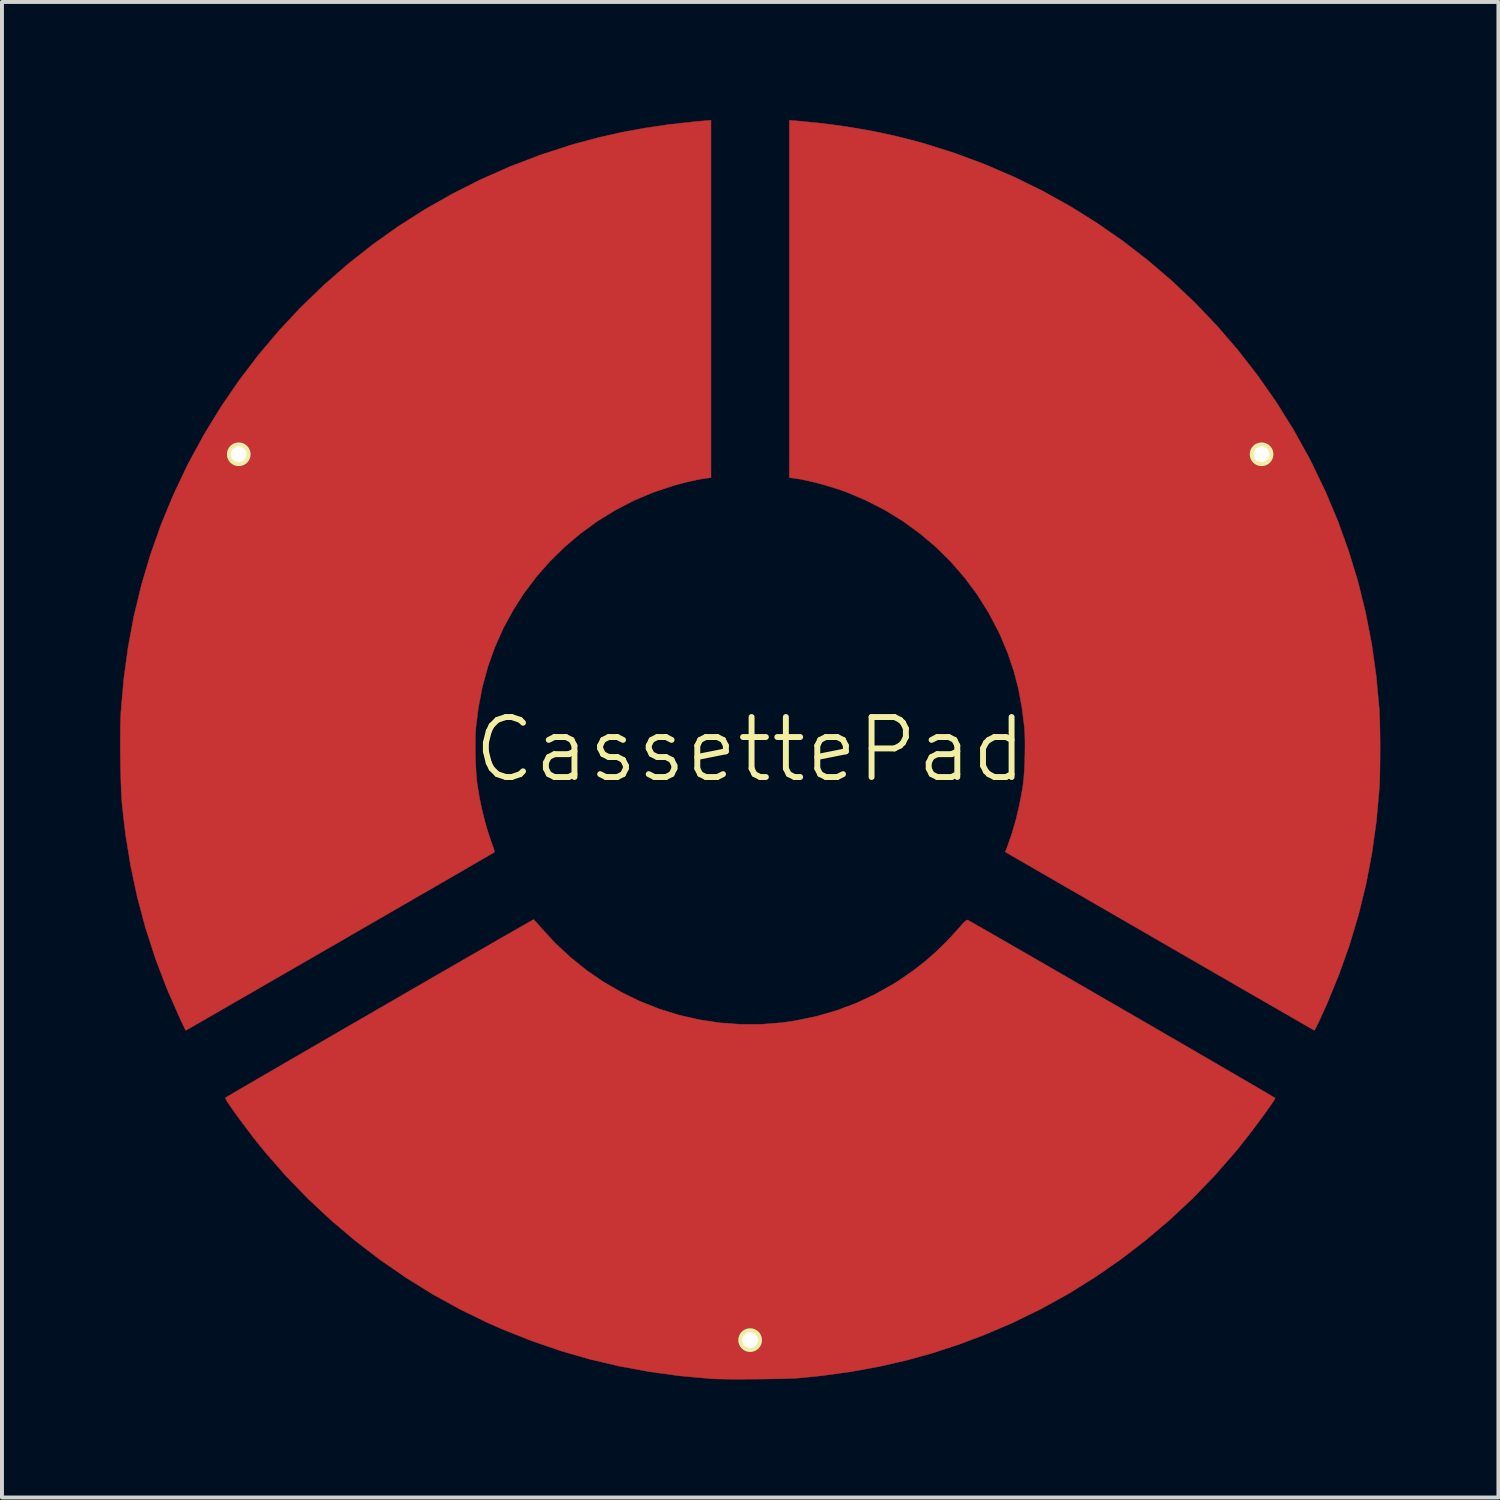
<source format=kicad_pcb>
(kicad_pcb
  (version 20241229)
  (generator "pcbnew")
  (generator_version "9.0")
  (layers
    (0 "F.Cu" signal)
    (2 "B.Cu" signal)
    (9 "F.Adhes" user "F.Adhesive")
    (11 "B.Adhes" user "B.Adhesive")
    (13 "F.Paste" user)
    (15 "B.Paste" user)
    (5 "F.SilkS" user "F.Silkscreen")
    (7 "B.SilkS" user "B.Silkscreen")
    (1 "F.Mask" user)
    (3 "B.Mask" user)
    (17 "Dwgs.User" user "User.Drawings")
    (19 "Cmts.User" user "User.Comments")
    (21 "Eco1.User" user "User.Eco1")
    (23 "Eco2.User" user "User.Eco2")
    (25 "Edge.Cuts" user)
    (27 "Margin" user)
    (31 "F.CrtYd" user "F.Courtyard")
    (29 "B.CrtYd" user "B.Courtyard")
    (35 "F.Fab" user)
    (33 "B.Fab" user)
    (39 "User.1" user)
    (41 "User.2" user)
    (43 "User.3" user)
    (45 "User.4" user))
  (footprint "CassettePad"
    (layer "F.Cu")
    (at 16.004 15.989)
    (property "Reference" "CassettePad" (at 0 0 0) (layer "F.SilkS") (effects (font (size 1.524 1.524) (thickness 0.15))))
    (attr through_hole)
    (fp_poly (pts (xy 1.159 -15.971) (xy 1.816 -15.906) (xy 2.442 -15.823) (xy 3.044 -15.721) (xy 3.629 -15.599) (xy 4.205 -15.454) (xy 4.403 -15.399) (xy 5.185 -15.153) (xy 5.95 -14.869) (xy 6.696 -14.548) (xy 7.423 -14.191) (xy 8.129 -13.799) (xy 8.813 -13.372) (xy 9.474 -12.912) (xy 10.111 -12.419) (xy 10.722 -11.895) (xy 11.306 -11.341) (xy 11.863 -10.757) (xy 12.39 -10.145) (xy 12.887 -9.506) (xy 13.353 -8.84) (xy 13.786 -8.149) (xy 14.185 -7.433) (xy 14.258 -7.292) (xy 14.613 -6.554) (xy 14.927 -5.806) (xy 15.201 -5.047) (xy 15.436 -4.276) (xy 15.63 -3.492) (xy 15.785 -2.694) (xy 15.9 -1.88) (xy 15.977 -1.05) (xy 15.98 -1.005) (xy 15.988 -0.866) (xy 15.993 -0.692) (xy 15.997 -0.493) (xy 16 -0.276) (xy 16.001 -0.049) (xy 16 0.179) (xy 15.998 0.401) (xy 15.995 0.608) (xy 15.99 0.792) (xy 15.983 0.945) (xy 15.98 0.998) (xy 15.906 1.821) (xy 15.794 2.625) (xy 15.644 3.415) (xy 15.454 4.191) (xy 15.225 4.958) (xy 14.955 5.718) (xy 14.645 6.473) (xy 14.487 6.821) (xy 14.438 6.926) (xy 14.394 7.015) (xy 14.36 7.083) (xy 14.337 7.123) (xy 14.331 7.132) (xy 14.311 7.121) (xy 14.257 7.09) (xy 14.17 7.04) (xy 14.051 6.972) (xy 13.902 6.886) (xy 13.725 6.784) (xy 13.521 6.667) (xy 13.293 6.535) (xy 13.041 6.39) (xy 12.768 6.233) (xy 12.475 6.064) (xy 12.164 5.884) (xy 11.836 5.695) (xy 11.494 5.497) (xy 11.138 5.292) (xy 10.771 5.08) (xy 10.4 4.865) (xy 6.48 2.601) (xy 6.534 2.459) (xy 6.649 2.131) (xy 6.752 1.775) (xy 6.84 1.403) (xy 6.91 1.03) (xy 6.933 0.878) (xy 6.949 0.734) (xy 6.962 0.558) (xy 6.972 0.361) (xy 6.978 0.153) (xy 6.981 -0.055) (xy 6.98 -0.251) (xy 6.975 -0.427) (xy 6.966 -0.563) (xy 6.904 -1.065) (xy 6.815 -1.541) (xy 6.696 -1.998) (xy 6.545 -2.443) (xy 6.361 -2.885) (xy 6.307 -3) (xy 6.055 -3.479) (xy 5.768 -3.935) (xy 5.449 -4.365) (xy 5.098 -4.769) (xy 4.719 -5.144) (xy 4.311 -5.489) (xy 3.878 -5.803) (xy 3.42 -6.085) (xy 2.939 -6.331) (xy 2.439 -6.542) (xy 2.258 -6.606) (xy 2.06 -6.669) (xy 1.852 -6.73) (xy 1.646 -6.785) (xy 1.449 -6.831) (xy 1.273 -6.868) (xy 1.125 -6.891) (xy 1.117 -6.892) (xy 0.995 -6.906) (xy 0.995 -15.984) (xy 1.159 -15.971)) (stroke (width 0.01) (type solid)) (fill yes) (layer "F.Cu"))
    (fp_poly (pts (xy -0.995 -6.906) (xy -1.117 -6.892) (xy -1.222 -6.876) (xy -1.358 -6.85) (xy -1.514 -6.816) (xy -1.68 -6.776) (xy -1.846 -6.733) (xy -1.968 -6.698) (xy -2.47 -6.53) (xy -2.957 -6.324) (xy -3.426 -6.081) (xy -3.877 -5.803) (xy -4.306 -5.491) (xy -4.711 -5.148) (xy -5.09 -4.776) (xy -5.44 -4.377) (xy -5.758 -3.952) (xy -6.015 -3.55) (xy -6.27 -3.082) (xy -6.485 -2.6) (xy -6.662 -2.104) (xy -6.802 -1.591) (xy -6.904 -1.059) (xy -6.966 -0.564) (xy -6.976 -0.411) (xy -6.981 -0.227) (xy -6.981 -0.023) (xy -6.978 0.191) (xy -6.97 0.403) (xy -6.959 0.603) (xy -6.944 0.779) (xy -6.932 0.878) (xy -6.885 1.171) (xy -6.824 1.474) (xy -6.751 1.775) (xy -6.67 2.063) (xy -6.584 2.324) (xy -6.555 2.402) (xy -6.525 2.485) (xy -6.503 2.553) (xy -6.494 2.596) (xy -6.495 2.606) (xy -6.514 2.618) (xy -6.568 2.649) (xy -6.654 2.699) (xy -6.771 2.767) (xy -6.916 2.851) (xy -7.087 2.95) (xy -7.283 3.064) (xy -7.501 3.19) (xy -7.74 3.328) (xy -7.996 3.476) (xy -8.269 3.634) (xy -8.556 3.799) (xy -8.855 3.972) (xy -9.163 4.15) (xy -9.48 4.333) (xy -9.803 4.52) (xy -10.129 4.708) (xy -10.457 4.898) (xy -10.785 5.087) (xy -11.111 5.275) (xy -11.432 5.46) (xy -11.747 5.642) (xy -12.054 5.819) (xy -12.35 5.99) (xy -12.633 6.153) (xy -12.902 6.308) (xy -13.154 6.453) (xy -13.387 6.588) (xy -13.6 6.711) (xy -13.79 6.82) (xy -13.955 6.915) (xy -14.093 6.994) (xy -14.202 7.057) (xy -14.28 7.102) (xy -14.325 7.127) (xy -14.336 7.133) (xy -14.346 7.115) (xy -14.371 7.065) (xy -14.407 6.989) (xy -14.452 6.894) (xy -14.487 6.821) (xy -14.817 6.067) (xy -15.107 5.305) (xy -15.357 4.531) (xy -15.567 3.746) (xy -15.737 2.946) (xy -15.869 2.132) (xy -15.95 1.418) (xy -15.962 1.266) (xy -15.973 1.078) (xy -15.981 0.864) (xy -15.988 0.629) (xy -15.994 0.382) (xy -15.997 0.131) (xy -15.999 -0.118) (xy -15.998 -0.357) (xy -15.996 -0.579) (xy -15.991 -0.775) (xy -15.984 -0.938) (xy -15.983 -0.955) (xy -15.911 -1.785) (xy -15.8 -2.599) (xy -15.651 -3.397) (xy -15.462 -4.18) (xy -15.233 -4.951) (xy -14.965 -5.709) (xy -14.656 -6.457) (xy -14.307 -7.195) (xy -14.258 -7.292) (xy -13.866 -8.012) (xy -13.439 -8.708) (xy -12.98 -9.378) (xy -12.489 -10.023) (xy -11.968 -10.64) (xy -11.417 -11.229) (xy -10.838 -11.789) (xy -10.232 -12.319) (xy -9.601 -12.817) (xy -8.945 -13.284) (xy -8.266 -13.717) (xy -7.564 -14.116) (xy -6.842 -14.48) (xy -6.1 -14.808) (xy -5.34 -15.099) (xy -4.562 -15.352) (xy -4.408 -15.397) (xy -3.838 -15.549) (xy -3.262 -15.678) (xy -2.674 -15.787) (xy -2.065 -15.876) (xy -1.427 -15.947) (xy -1.159 -15.971) (xy -0.995 -15.984) (xy -0.995 -6.906)) (stroke (width 0.01) (type solid)) (fill yes) (layer "F.Cu"))
    (fp_poly (pts (xy -5.483 4.333) (xy -5.443 4.375) (xy -5.388 4.436) (xy -5.323 4.511) (xy -5.321 4.514) (xy -4.957 4.911) (xy -4.567 5.275) (xy -4.154 5.607) (xy -3.719 5.905) (xy -3.264 6.168) (xy -2.793 6.397) (xy -2.306 6.589) (xy -1.807 6.744) (xy -1.297 6.861) (xy -0.779 6.94) (xy -0.255 6.979) (xy 0.273 6.978) (xy 0.804 6.937) (xy 1.137 6.889) (xy 1.671 6.779) (xy 2.187 6.631) (xy 2.686 6.445) (xy 3.168 6.219) (xy 3.637 5.955) (xy 3.831 5.831) (xy 4.154 5.606) (xy 4.454 5.371) (xy 4.741 5.118) (xy 5.022 4.841) (xy 5.305 4.531) (xy 5.376 4.45) (xy 5.441 4.379) (xy 5.49 4.338) (xy 5.52 4.328) (xy 5.544 4.341) (xy 5.603 4.374) (xy 5.694 4.425) (xy 5.815 4.494) (xy 5.965 4.58) (xy 6.14 4.68) (xy 6.339 4.795) (xy 6.56 4.922) (xy 6.801 5.061) (xy 7.06 5.21) (xy 7.335 5.369) (xy 7.623 5.535) (xy 7.923 5.708) (xy 8.233 5.887) (xy 8.55 6.071) (xy 8.873 6.258) (xy 9.199 6.446) (xy 9.527 6.636) (xy 9.854 6.825) (xy 10.178 7.013) (xy 10.498 7.199) (xy 10.811 7.38) (xy 11.115 7.556) (xy 11.408 7.727) (xy 11.689 7.889) (xy 11.954 8.044) (xy 12.202 8.188) (xy 12.431 8.321) (xy 12.639 8.443) (xy 12.824 8.55) (xy 12.984 8.644) (xy 13.116 8.721) (xy 13.219 8.782) (xy 13.291 8.825) (xy 13.329 8.848) (xy 13.335 8.852) (xy 13.322 8.881) (xy 13.287 8.939) (xy 13.231 9.022) (xy 13.159 9.125) (xy 13.073 9.245) (xy 12.976 9.377) (xy 12.872 9.517) (xy 12.764 9.661) (xy 12.654 9.804) (xy 12.546 9.943) (xy 12.443 10.074) (xy 12.348 10.191) (xy 12.321 10.223) (xy 11.796 10.824) (xy 11.239 11.4) (xy 10.654 11.948) (xy 10.042 12.466) (xy 9.407 12.954) (xy 8.751 13.408) (xy 8.076 13.827) (xy 7.385 14.209) (xy 6.68 14.553) (xy 6.661 14.562) (xy 5.991 14.849) (xy 5.324 15.102) (xy 4.654 15.322) (xy 3.977 15.511) (xy 3.287 15.669) (xy 2.578 15.799) (xy 1.844 15.901) (xy 1.27 15.961) (xy 1.18 15.967) (xy 1.054 15.973) (xy 0.898 15.978) (xy 0.719 15.982) (xy 0.522 15.986) (xy 0.314 15.989) (xy 0.1 15.991) (xy -0.112 15.992) (xy -0.317 15.992) (xy -0.508 15.992) (xy -0.679 15.99) (xy -0.825 15.987) (xy -0.938 15.983) (xy -0.984 15.981) (xy -1.787 15.908) (xy -2.567 15.801) (xy -3.326 15.661) (xy -4.071 15.486) (xy -4.803 15.275) (xy -5.529 15.027) (xy -6.252 14.741) (xy -6.661 14.562) (xy -7.366 14.219) (xy -8.057 13.838) (xy -8.733 13.42) (xy -9.389 12.967) (xy -10.025 12.48) (xy -10.637 11.962) (xy -11.223 11.415) (xy -11.781 10.841) (xy -12.307 10.24) (xy -12.321 10.223) (xy -12.422 10.1) (xy -12.529 9.966) (xy -12.641 9.823) (xy -12.753 9.676) (xy -12.863 9.53) (xy -12.969 9.387) (xy -13.066 9.254) (xy -13.153 9.132) (xy -13.226 9.027) (xy -13.282 8.942) (xy -13.318 8.881) (xy -13.331 8.85) (xy -13.331 8.847) (xy -13.313 8.835) (xy -13.259 8.803) (xy -13.174 8.753) (xy -13.057 8.684) (xy -12.913 8.6) (xy -12.742 8.5) (xy -12.546 8.386) (xy -12.328 8.259) (xy -12.09 8.121) (xy -11.834 7.972) (xy -11.561 7.814) (xy -11.275 7.648) (xy -10.976 7.475) (xy -10.668 7.296) (xy -10.351 7.112) (xy -10.029 6.926) (xy -9.702 6.737) (xy -9.374 6.547) (xy -9.046 6.358) (xy -8.721 6.169) (xy -8.4 5.984) (xy -8.085 5.802) (xy -7.779 5.625) (xy -7.483 5.455) (xy -7.2 5.291) (xy -6.931 5.137) (xy -6.68 4.992) (xy -6.446 4.857) (xy -6.234 4.735) (xy -6.044 4.627) (xy -5.88 4.532) (xy -5.742 4.454) (xy -5.633 4.392) (xy -5.556 4.348) (xy -5.511 4.323) (xy -5.501 4.318) (xy -5.483 4.333)) (stroke (width 0.01) (type solid)) (fill yes) (layer "F.Cu"))
    (fp_poly (pts (xy 1.159 -15.971) (xy 1.816 -15.906) (xy 2.442 -15.823) (xy 3.044 -15.721) (xy 3.629 -15.599) (xy 4.205 -15.454) (xy 4.403 -15.399) (xy 5.185 -15.153) (xy 5.95 -14.869) (xy 6.696 -14.548) (xy 7.423 -14.191) (xy 8.129 -13.799) (xy 8.813 -13.372) (xy 9.474 -12.912) (xy 10.111 -12.419) (xy 10.722 -11.895) (xy 11.306 -11.341) (xy 11.863 -10.757) (xy 12.39 -10.145) (xy 12.887 -9.506) (xy 13.353 -8.84) (xy 13.786 -8.149) (xy 14.185 -7.433) (xy 14.258 -7.292) (xy 14.613 -6.554) (xy 14.927 -5.806) (xy 15.201 -5.047) (xy 15.436 -4.276) (xy 15.63 -3.492) (xy 15.785 -2.694) (xy 15.9 -1.88) (xy 15.977 -1.05) (xy 15.98 -1.005) (xy 15.988 -0.866) (xy 15.993 -0.692) (xy 15.997 -0.493) (xy 16 -0.276) (xy 16.001 -0.049) (xy 16 0.179) (xy 15.998 0.401) (xy 15.995 0.608) (xy 15.99 0.792) (xy 15.983 0.945) (xy 15.98 0.998) (xy 15.906 1.821) (xy 15.794 2.625) (xy 15.644 3.415) (xy 15.454 4.191) (xy 15.225 4.958) (xy 14.955 5.718) (xy 14.645 6.473) (xy 14.487 6.821) (xy 14.438 6.926) (xy 14.394 7.015) (xy 14.36 7.083) (xy 14.337 7.123) (xy 14.331 7.132) (xy 14.311 7.121) (xy 14.257 7.09) (xy 14.17 7.04) (xy 14.051 6.972) (xy 13.902 6.886) (xy 13.725 6.784) (xy 13.521 6.667) (xy 13.293 6.535) (xy 13.041 6.39) (xy 12.768 6.233) (xy 12.475 6.064) (xy 12.164 5.884) (xy 11.836 5.695) (xy 11.494 5.497) (xy 11.138 5.292) (xy 10.771 5.08) (xy 10.4 4.865) (xy 6.48 2.601) (xy 6.534 2.459) (xy 6.649 2.131) (xy 6.752 1.775) (xy 6.84 1.403) (xy 6.91 1.03) (xy 6.933 0.878) (xy 6.949 0.734) (xy 6.962 0.558) (xy 6.972 0.361) (xy 6.978 0.153) (xy 6.981 -0.055) (xy 6.98 -0.251) (xy 6.975 -0.427) (xy 6.966 -0.563) (xy 6.904 -1.065) (xy 6.815 -1.541) (xy 6.696 -1.998) (xy 6.545 -2.443) (xy 6.361 -2.885) (xy 6.307 -3) (xy 6.055 -3.479) (xy 5.768 -3.935) (xy 5.449 -4.365) (xy 5.098 -4.769) (xy 4.719 -5.144) (xy 4.311 -5.489) (xy 3.878 -5.803) (xy 3.42 -6.085) (xy 2.939 -6.331) (xy 2.439 -6.542) (xy 2.258 -6.606) (xy 2.06 -6.669) (xy 1.852 -6.73) (xy 1.646 -6.785) (xy 1.449 -6.831) (xy 1.273 -6.868) (xy 1.125 -6.891) (xy 1.117 -6.892) (xy 0.995 -6.906) (xy 0.995 -15.984) (xy 1.159 -15.971)) (stroke (width 0.01) (type solid)) (fill yes) (layer "F.Mask"))
    (fp_poly (pts (xy -0.995 -6.906) (xy -1.117 -6.892) (xy -1.222 -6.876) (xy -1.358 -6.85) (xy -1.514 -6.816) (xy -1.68 -6.776) (xy -1.846 -6.733) (xy -1.968 -6.698) (xy -2.47 -6.53) (xy -2.957 -6.324) (xy -3.426 -6.081) (xy -3.877 -5.803) (xy -4.306 -5.491) (xy -4.711 -5.148) (xy -5.09 -4.776) (xy -5.44 -4.377) (xy -5.758 -3.952) (xy -6.015 -3.55) (xy -6.27 -3.082) (xy -6.485 -2.6) (xy -6.662 -2.104) (xy -6.802 -1.591) (xy -6.904 -1.059) (xy -6.966 -0.564) (xy -6.976 -0.411) (xy -6.981 -0.227) (xy -6.981 -0.023) (xy -6.978 0.191) (xy -6.97 0.403) (xy -6.959 0.603) (xy -6.944 0.779) (xy -6.932 0.878) (xy -6.885 1.171) (xy -6.824 1.474) (xy -6.751 1.775) (xy -6.67 2.063) (xy -6.584 2.324) (xy -6.555 2.402) (xy -6.525 2.485) (xy -6.503 2.553) (xy -6.494 2.596) (xy -6.495 2.606) (xy -6.514 2.618) (xy -6.568 2.649) (xy -6.654 2.699) (xy -6.771 2.767) (xy -6.916 2.851) (xy -7.087 2.95) (xy -7.283 3.064) (xy -7.501 3.19) (xy -7.74 3.328) (xy -7.996 3.476) (xy -8.269 3.634) (xy -8.556 3.799) (xy -8.855 3.972) (xy -9.163 4.15) (xy -9.48 4.333) (xy -9.803 4.52) (xy -10.129 4.708) (xy -10.457 4.898) (xy -10.785 5.087) (xy -11.111 5.275) (xy -11.432 5.46) (xy -11.747 5.642) (xy -12.054 5.819) (xy -12.35 5.99) (xy -12.633 6.153) (xy -12.902 6.308) (xy -13.154 6.453) (xy -13.387 6.588) (xy -13.6 6.711) (xy -13.79 6.82) (xy -13.955 6.915) (xy -14.093 6.994) (xy -14.202 7.057) (xy -14.28 7.102) (xy -14.325 7.127) (xy -14.336 7.133) (xy -14.346 7.115) (xy -14.371 7.065) (xy -14.407 6.989) (xy -14.452 6.894) (xy -14.487 6.821) (xy -14.817 6.067) (xy -15.107 5.305) (xy -15.357 4.531) (xy -15.567 3.746) (xy -15.737 2.946) (xy -15.869 2.132) (xy -15.95 1.418) (xy -15.962 1.266) (xy -15.973 1.078) (xy -15.981 0.864) (xy -15.988 0.629) (xy -15.994 0.382) (xy -15.997 0.131) (xy -15.999 -0.118) (xy -15.998 -0.357) (xy -15.996 -0.579) (xy -15.991 -0.775) (xy -15.984 -0.938) (xy -15.983 -0.955) (xy -15.911 -1.785) (xy -15.8 -2.599) (xy -15.651 -3.397) (xy -15.462 -4.18) (xy -15.233 -4.951) (xy -14.965 -5.709) (xy -14.656 -6.457) (xy -14.307 -7.195) (xy -14.258 -7.292) (xy -13.866 -8.012) (xy -13.439 -8.708) (xy -12.98 -9.378) (xy -12.489 -10.023) (xy -11.968 -10.64) (xy -11.417 -11.229) (xy -10.838 -11.789) (xy -10.232 -12.319) (xy -9.601 -12.817) (xy -8.945 -13.284) (xy -8.266 -13.717) (xy -7.564 -14.116) (xy -6.842 -14.48) (xy -6.1 -14.808) (xy -5.34 -15.099) (xy -4.562 -15.352) (xy -4.408 -15.397) (xy -3.838 -15.549) (xy -3.262 -15.678) (xy -2.674 -15.787) (xy -2.065 -15.876) (xy -1.427 -15.947) (xy -1.159 -15.971) (xy -0.995 -15.984) (xy -0.995 -6.906)) (stroke (width 0.01) (type solid)) (fill yes) (layer "F.Mask"))
    (fp_poly (pts (xy -5.483 4.333) (xy -5.443 4.375) (xy -5.388 4.436) (xy -5.323 4.511) (xy -5.321 4.514) (xy -4.957 4.911) (xy -4.567 5.275) (xy -4.154 5.607) (xy -3.719 5.905) (xy -3.264 6.168) (xy -2.793 6.397) (xy -2.306 6.589) (xy -1.807 6.744) (xy -1.297 6.861) (xy -0.779 6.94) (xy -0.255 6.979) (xy 0.273 6.978) (xy 0.804 6.937) (xy 1.137 6.889) (xy 1.671 6.779) (xy 2.187 6.631) (xy 2.686 6.445) (xy 3.168 6.219) (xy 3.637 5.955) (xy 3.831 5.831) (xy 4.154 5.606) (xy 4.454 5.371) (xy 4.741 5.118) (xy 5.022 4.841) (xy 5.305 4.531) (xy 5.376 4.45) (xy 5.441 4.379) (xy 5.49 4.338) (xy 5.52 4.328) (xy 5.544 4.341) (xy 5.603 4.374) (xy 5.694 4.425) (xy 5.815 4.494) (xy 5.965 4.58) (xy 6.14 4.68) (xy 6.339 4.795) (xy 6.56 4.922) (xy 6.801 5.061) (xy 7.06 5.21) (xy 7.335 5.369) (xy 7.623 5.535) (xy 7.923 5.708) (xy 8.233 5.887) (xy 8.55 6.071) (xy 8.873 6.258) (xy 9.199 6.446) (xy 9.527 6.636) (xy 9.854 6.825) (xy 10.178 7.013) (xy 10.498 7.199) (xy 10.811 7.38) (xy 11.115 7.556) (xy 11.408 7.727) (xy 11.689 7.889) (xy 11.954 8.044) (xy 12.202 8.188) (xy 12.431 8.321) (xy 12.639 8.443) (xy 12.824 8.55) (xy 12.984 8.644) (xy 13.116 8.721) (xy 13.219 8.782) (xy 13.291 8.825) (xy 13.329 8.848) (xy 13.335 8.852) (xy 13.322 8.881) (xy 13.287 8.939) (xy 13.231 9.022) (xy 13.159 9.125) (xy 13.073 9.245) (xy 12.976 9.377) (xy 12.872 9.517) (xy 12.764 9.661) (xy 12.654 9.804) (xy 12.546 9.943) (xy 12.443 10.074) (xy 12.348 10.191) (xy 12.321 10.223) (xy 11.796 10.824) (xy 11.239 11.4) (xy 10.654 11.948) (xy 10.042 12.466) (xy 9.407 12.954) (xy 8.751 13.408) (xy 8.076 13.827) (xy 7.385 14.209) (xy 6.68 14.553) (xy 6.661 14.562) (xy 5.991 14.849) (xy 5.324 15.102) (xy 4.654 15.322) (xy 3.977 15.511) (xy 3.287 15.669) (xy 2.578 15.799) (xy 1.844 15.901) (xy 1.27 15.961) (xy 1.18 15.967) (xy 1.054 15.973) (xy 0.898 15.978) (xy 0.719 15.982) (xy 0.522 15.986) (xy 0.314 15.989) (xy 0.1 15.991) (xy -0.112 15.992) (xy -0.317 15.992) (xy -0.508 15.992) (xy -0.679 15.99) (xy -0.825 15.987) (xy -0.938 15.983) (xy -0.984 15.981) (xy -1.787 15.908) (xy -2.567 15.801) (xy -3.326 15.661) (xy -4.071 15.486) (xy -4.803 15.275) (xy -5.529 15.027) (xy -6.252 14.741) (xy -6.661 14.562) (xy -7.366 14.219) (xy -8.057 13.838) (xy -8.733 13.42) (xy -9.389 12.967) (xy -10.025 12.48) (xy -10.637 11.962) (xy -11.223 11.415) (xy -11.781 10.841) (xy -12.307 10.24) (xy -12.321 10.223) (xy -12.422 10.1) (xy -12.529 9.966) (xy -12.641 9.823) (xy -12.753 9.676) (xy -12.863 9.53) (xy -12.969 9.387) (xy -13.066 9.254) (xy -13.153 9.132) (xy -13.226 9.027) (xy -13.282 8.942) (xy -13.318 8.881) (xy -13.331 8.85) (xy -13.331 8.847) (xy -13.313 8.835) (xy -13.259 8.803) (xy -13.174 8.753) (xy -13.057 8.684) (xy -12.913 8.6) (xy -12.742 8.5) (xy -12.546 8.386) (xy -12.328 8.259) (xy -12.09 8.121) (xy -11.834 7.972) (xy -11.561 7.814) (xy -11.275 7.648) (xy -10.976 7.475) (xy -10.668 7.296) (xy -10.351 7.112) (xy -10.029 6.926) (xy -9.702 6.737) (xy -9.374 6.547) (xy -9.046 6.358) (xy -8.721 6.169) (xy -8.4 5.984) (xy -8.085 5.802) (xy -7.779 5.625) (xy -7.483 5.455) (xy -7.2 5.291) (xy -6.931 5.137) (xy -6.68 4.992) (xy -6.446 4.857) (xy -6.234 4.735) (xy -6.044 4.627) (xy -5.88 4.532) (xy -5.742 4.454) (xy -5.633 4.392) (xy -5.556 4.348) (xy -5.511 4.323) (xy -5.501 4.318) (xy -5.483 4.333)) (stroke (width 0.01) (type solid)) (fill yes) (layer "F.Mask"))
    (pad "1" thru_hole circle (at 12.99 -7.5) (size 0.6 0.6) (drill 0.4) (layers "*.Cu" "*.Mask" "F.SilkS"))
    (pad "2" thru_hole circle (at 0 15) (size 0.6 0.6) (drill 0.4) (layers "*.Cu" "*.Mask" "F.SilkS"))
    (pad "3" thru_hole circle (at -12.99 -7.5) (size 0.6 0.6) (drill 0.4) (layers "*.Cu" "*.Mask" "F.SilkS")))
  (gr_rect
    (start -3 -3)
    (end 35.01 34.987)
    (stroke (width 0.1) (type default))
    (fill no)
    (layer "Edge.Cuts")))
</source>
